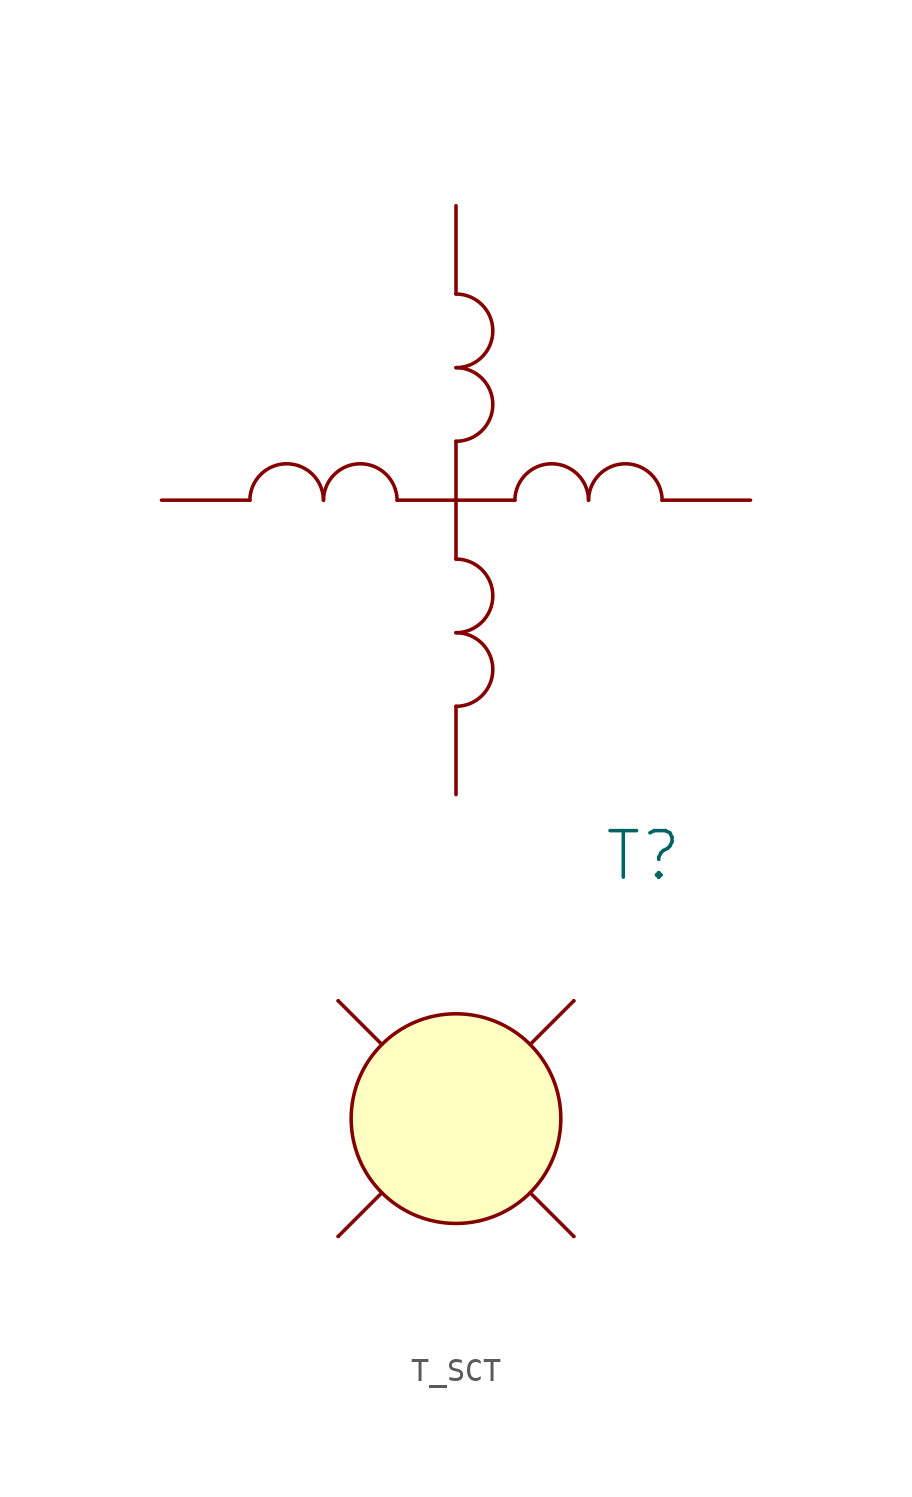
<source format=kicad_sym>
(kicad_symbol_lib
  (version 20231120)
  (generator "kicad_symbol_editor")
  (generator_version "8.0")
  (symbol "T_SCT"
    (pin_numbers hide)
    (pin_names
      (offset 0) hide)
    (property "Reference" "T"
      (at 6.35 -16.51 0)
      (effects (font (size 2.007 2.007)) (justify left bottom)))
    (symbol "T_SCT_0_1"
      (arc (start -5.715 0) (mid -7.2898 1.5748) (end -8.89 0) (stroke (width 0) (type solid)) (fill (type none)))
      (arc (start -2.54 0) (mid -4.1148 1.5748) (end -5.715 0) (stroke (width 0) (type solid)) (fill (type none)))
      (circle (center 0 -26.67) (radius 4.521) (stroke (width 0) (type solid)) (fill (type background)))
      (arc (start 0 -8.89) (mid 1.5748 -7.3152) (end 0 -5.715) (stroke (width 0) (type solid)) (fill (type none)))
      (arc (start 0 -5.715) (mid 1.5748 -4.1402) (end 0 -2.54) (stroke (width 0) (type solid)) (fill (type none)))
      (polyline (pts (xy -3.2 -29.87) (xy -5.08 -31.75)) (stroke (width 0) (type solid)) (fill (type none)))
      (polyline (pts (xy -3.2 -23.47) (xy -5.08 -21.59)) (stroke (width 0) (type solid)) (fill (type none)))
      (polyline (pts (xy -2.54 0) (xy 2.54 0)) (stroke (width 0) (type solid)) (fill (type none)))
      (polyline (pts (xy 0 2.54) (xy 0 -2.54)) (stroke (width 0) (type solid)) (fill (type none)))
      (polyline (pts (xy 3.2 -29.87) (xy 5.08 -31.75)) (stroke (width 0) (type solid)) (fill (type none)))
      (polyline (pts (xy 3.2 -23.47) (xy 5.08 -21.59)) (stroke (width 0) (type solid)) (fill (type none)))
      (arc (start 0 2.54) (mid 1.5748 4.1148) (end 0 5.715) (stroke (width 0) (type solid)) (fill (type none)))
      (arc (start 0 5.715) (mid 1.5748 7.2898) (end 0 8.89) (stroke (width 0) (type solid)) (fill (type none)))
      (arc (start 5.715 0) (mid 4.1402 1.5748) (end 2.54 0) (stroke (width 0) (type solid)) (fill (type none)))
      (arc (start 8.89 0) (mid 7.3152 1.5748) (end 5.715 0) (stroke (width 0) (type solid)) (fill (type none))))
    (symbol "T_SCT_1_1"
      (pin passive line (at -12.7 0 0) (length 3.81) (name "~" (effects (font (size 2.007 2.007)))) (number "1" (effects (font (size 2.007 2.007)))))
      (pin passive line (at 12.7 0 180) (length 3.81) (name "~" (effects (font (size 2.007 2.007)))) (number "2" (effects (font (size 2.007 2.007)))))
      (pin passive line (at 0 12.7 270) (length 3.81) (name "~" (effects (font (size 2.007 2.007)))) (number "3" (effects (font (size 2.007 2.007)))))
      (pin passive line (at 0 -12.7 90) (length 3.81) (name "~" (effects (font (size 2.007 2.007)))) (number "4" (effects (font (size 2.007 2.007)))))
      (pin passive line (at -5.08 -21.59 90) (length 0) (name "~" (effects (font (size 2.007 2.007)))) (number "5" (effects (font (size 2.007 2.007)))))
      (pin passive line (at 5.08 -31.75 90) (length 0) (name "~" (effects (font (size 2.007 2.007)))) (number "6" (effects (font (size 2.007 2.007)))))
      (pin passive line (at 5.08 -21.59 90) (length 0) (name "~" (effects (font (size 2.007 2.007)))) (number "7" (effects (font (size 2.007 2.007)))))
      (pin passive line (at -5.08 -31.75 90) (length 0) (name "~" (effects (font (size 2.007 2.007)))) (number "8" (effects (font (size 2.007 2.007))))))))
</source>
